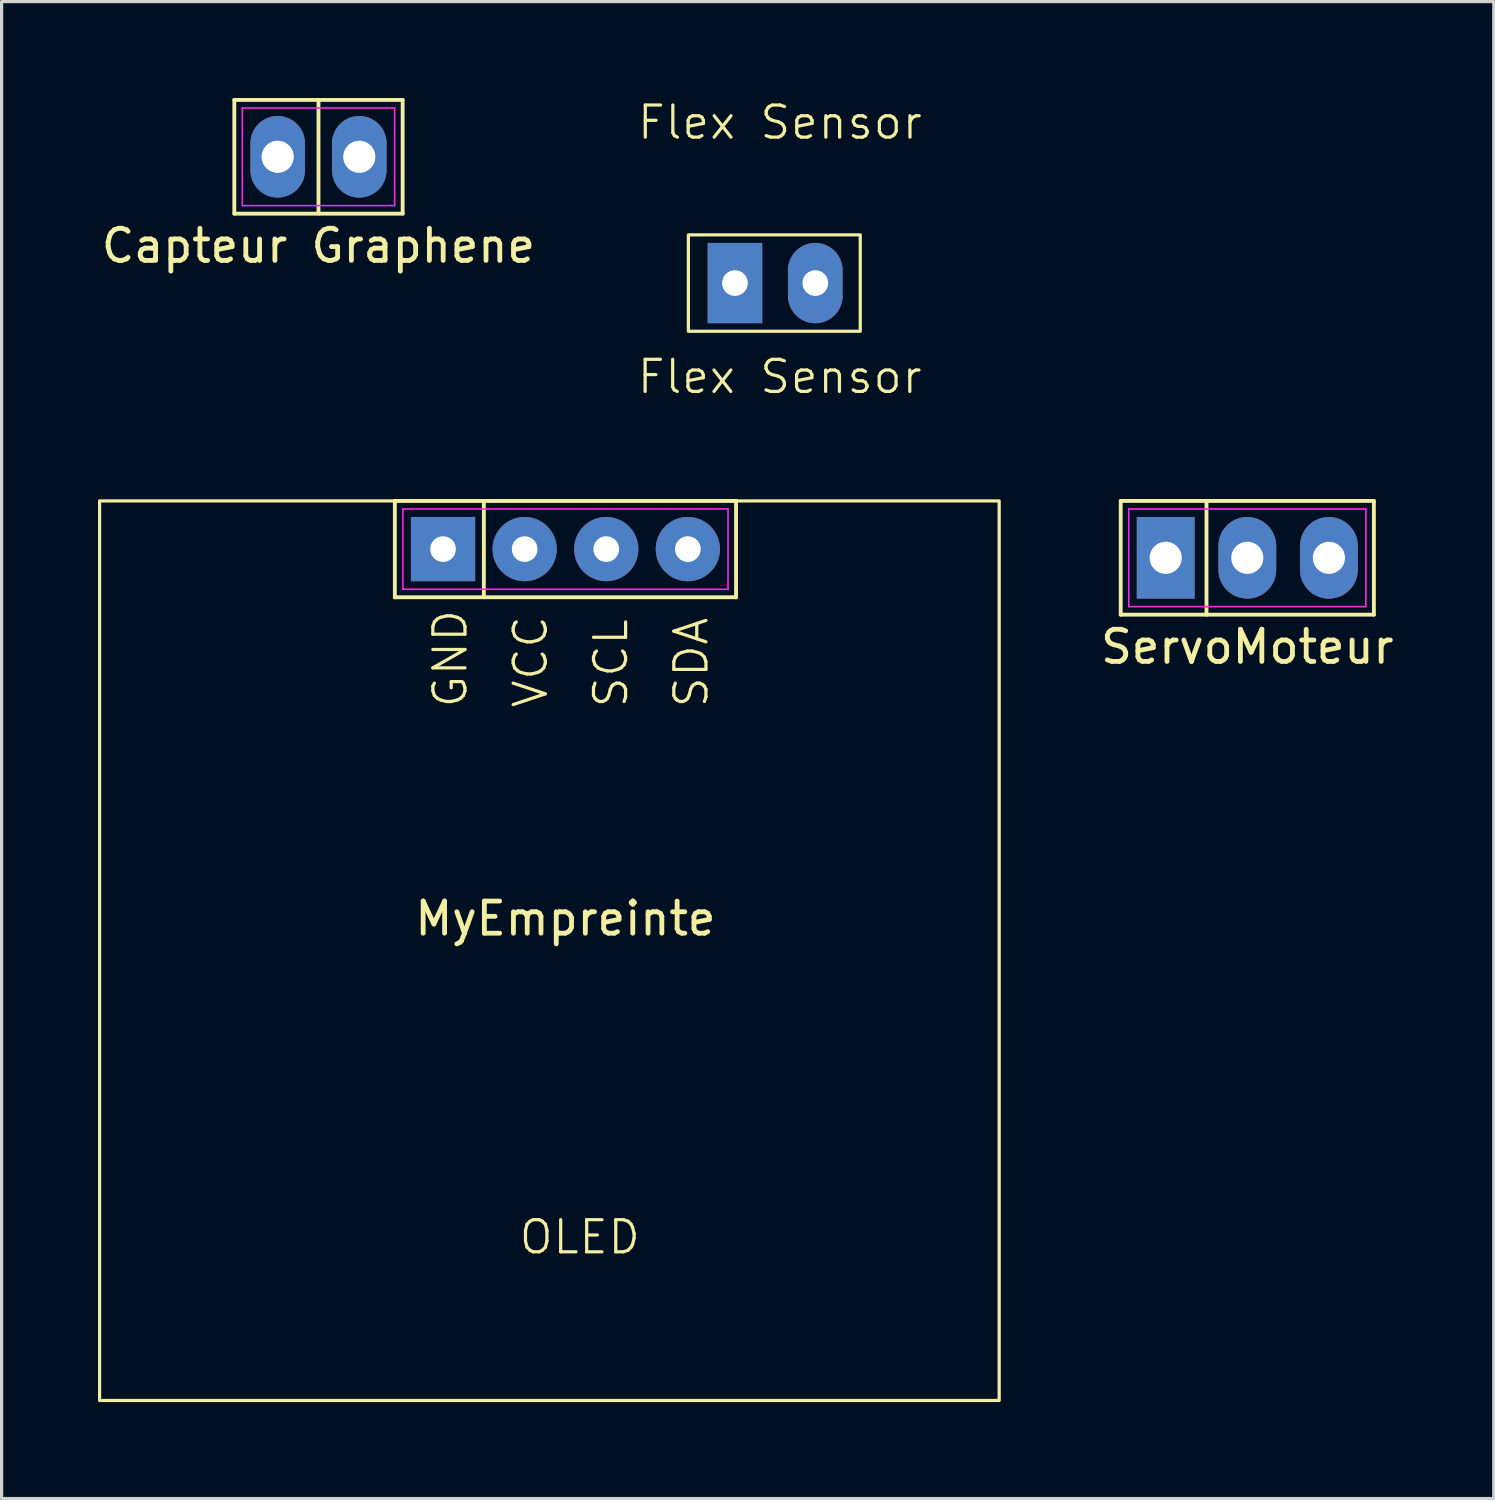
<source format=kicad_pcb>
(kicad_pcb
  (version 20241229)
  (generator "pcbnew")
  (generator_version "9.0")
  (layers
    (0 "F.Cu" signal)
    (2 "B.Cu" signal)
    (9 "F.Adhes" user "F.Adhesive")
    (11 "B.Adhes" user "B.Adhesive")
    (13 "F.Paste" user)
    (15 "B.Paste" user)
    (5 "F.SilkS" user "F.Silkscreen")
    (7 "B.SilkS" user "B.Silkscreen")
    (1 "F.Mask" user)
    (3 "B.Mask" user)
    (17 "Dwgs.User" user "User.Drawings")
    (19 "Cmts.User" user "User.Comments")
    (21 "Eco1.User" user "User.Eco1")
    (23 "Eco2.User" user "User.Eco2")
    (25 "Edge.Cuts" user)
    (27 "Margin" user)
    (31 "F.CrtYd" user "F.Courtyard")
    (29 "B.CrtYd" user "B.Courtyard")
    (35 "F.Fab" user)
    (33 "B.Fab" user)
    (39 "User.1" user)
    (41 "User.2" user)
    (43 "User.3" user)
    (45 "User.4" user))
  (footprint "ServoMoteur"
    (layer "F.Cu")
    (at 35.773 14.312)
    (property "Reference" "ServoMoteur" (at 0 2.77 0) (layer "F.SilkS") (effects (font (size 1 1) (thickness 0.15))))
    (attr through_hole)
    (fp_line (start -3.94 -1.77) (end 3.94 -1.77) (stroke (width 0.12) (type default)) (layer "F.SilkS"))
    (fp_line (start -3.94 1.77) (end -3.94 -1.77) (stroke (width 0.12) (type default)) (layer "F.SilkS"))
    (fp_line (start -1.27 -1.77) (end -1.27 1.77) (stroke (width 0.12) (type default)) (layer "F.SilkS"))
    (fp_line (start 3.94 -1.77) (end 3.94 1.77) (stroke (width 0.12) (type default)) (layer "F.SilkS"))
    (fp_line (start 3.94 1.77) (end -3.94 1.77) (stroke (width 0.12) (type default)) (layer "F.SilkS"))
    (fp_line (start -3.69 -1.52) (end 3.69 -1.52) (stroke (width 0.05) (type default)) (layer "F.CrtYd"))
    (fp_line (start -3.69 1.52) (end -3.69 -1.52) (stroke (width 0.05) (type default)) (layer "F.CrtYd"))
    (fp_line (start 3.69 -1.52) (end 3.69 1.52) (stroke (width 0.05) (type default)) (layer "F.CrtYd"))
    (fp_line (start 3.69 1.52) (end -3.69 1.52) (stroke (width 0.05) (type default)) (layer "F.CrtYd"))
    (pad "1" thru_hole rect (at -2.54 0) (size 1.8 2.54) (drill 1) (layers "*.Cu" "*.Mask"))
    (pad "2" thru_hole oval (at 0 0) (size 1.8 2.54) (drill 1) (layers "*.Cu" "*.Mask"))
    (pad "3" thru_hole oval (at 2.54 0) (size 1.8 2.54) (drill 1) (layers "*.Cu" "*.Mask")))
  (footprint "Capteur Graphene"
    (layer "F.Cu")
    (at 6.863 1.83)
    (property "Reference" "Capteur Graphene" (at 0 2.77 0) (layer "F.SilkS") (effects (font (size 1 1) (thickness 0.15))))
    (attr through_hole)
    (fp_line (start -2.62 -1.77) (end 2.62 -1.77) (stroke (width 0.12) (type default)) (layer "F.SilkS"))
    (fp_line (start -2.62 1.77) (end -2.62 -1.77) (stroke (width 0.12) (type default)) (layer "F.SilkS"))
    (fp_line (start 0 -1.77) (end 0 1.77) (stroke (width 0.12) (type default)) (layer "F.SilkS"))
    (fp_line (start 2.62 -1.77) (end 2.62 1.77) (stroke (width 0.12) (type default)) (layer "F.SilkS"))
    (fp_line (start 2.62 1.77) (end -2.62 1.77) (stroke (width 0.12) (type default)) (layer "F.SilkS"))
    (fp_line (start -2.37 -1.52) (end 2.37 -1.52) (stroke (width 0.05) (type default)) (layer "F.CrtYd"))
    (fp_line (start -2.37 1.52) (end -2.37 -1.52) (stroke (width 0.05) (type default)) (layer "F.CrtYd"))
    (fp_line (start 2.37 -1.52) (end 2.37 1.52) (stroke (width 0.05) (type default)) (layer "F.CrtYd"))
    (fp_line (start 2.37 1.52) (end -2.37 1.52) (stroke (width 0.05) (type default)) (layer "F.CrtYd"))
    (pad "1" thru_hole oval (at -1.27 0) (size 1.7 2.54) (drill 1) (layers "*.Cu" "*.Mask"))
    (pad "2" thru_hole oval (at 1.27 0) (size 1.7 2.54) (drill 1) (layers "*.Cu" "*.Mask")))
  (footprint "Flex Sensor"
    (layer "F.Cu")
    (at 21.226 5.761)
    (property "Reference" "Flex Sensor" (at 0 -5 0) (unlocked yes) (layer "F.SilkS") (effects (font (size 1 1) (thickness 0.1))))
    (attr smd)
    (fp_rect (start -2.85 -1.5) (end 2.5 1.5) (stroke (width 0.1) (type default)) (fill no) (layer "F.SilkS"))
    (fp_text user "Flex Sensor" (at -4.5 3.5 0) (unlocked yes) (layer "F.SilkS") (effects (font (size 1 1) (thickness 0.1)) (justify left bottom)))
    (pad "1" thru_hole rect (at -1.4 0) (size 1.7 2.5) (drill 0.8) (layers "*.Cu" "*.Mask"))
    (pad "2" thru_hole oval (at 1.1 0) (size 1.7 2.5) (drill 0.8) (layers "*.Cu" "*.Mask")))
  (footprint "MyEmpreinte"
    (layer "F.Cu")
    (at 14.55 14.041)
    (property "Reference" "MyEmpreinte" (at 0 11.5 0) (layer "F.SilkS") (effects (font (size 1 1) (thickness 0.15))))
    (attr through_hole)
    (fp_line (start -5.31 -1.5) (end 5.31 -1.5) (stroke (width 0.12) (type default)) (layer "F.SilkS"))
    (fp_line (start -5.31 1.5) (end -5.31 -1.5) (stroke (width 0.12) (type default)) (layer "F.SilkS"))
    (fp_line (start -2.54 -1.5) (end -2.54 1.5) (stroke (width 0.12) (type default)) (layer "F.SilkS"))
    (fp_line (start 5.31 -1.5) (end 5.31 1.5) (stroke (width 0.12) (type default)) (layer "F.SilkS"))
    (fp_line (start 5.31 1.5) (end -5.31 1.5) (stroke (width 0.12) (type default)) (layer "F.SilkS"))
    (fp_rect (start -14.5 -1.5) (end 13.5 26.5) (stroke (width 0.1) (type default)) (fill no) (layer "F.SilkS"))
    (fp_line (start -5.06 -1.25) (end 5.06 -1.25) (stroke (width 0.05) (type default)) (layer "F.CrtYd"))
    (fp_line (start -5.06 1.25) (end -5.06 -1.25) (stroke (width 0.05) (type default)) (layer "F.CrtYd"))
    (fp_line (start 5.06 -1.25) (end 5.06 1.25) (stroke (width 0.05) (type default)) (layer "F.CrtYd"))
    (fp_line (start 5.06 1.25) (end -5.06 1.25) (stroke (width 0.05) (type default)) (layer "F.CrtYd"))
    (fp_text user "SCL" (at 2 5 90) (unlocked yes) (layer "F.SilkS") (effects (font (size 1 1) (thickness 0.1)) (justify left bottom)))
    (fp_text user "VCC" (at -0.5 5 90) (unlocked yes) (layer "F.SilkS") (effects (font (size 1 1) (thickness 0.1)) (justify left bottom)))
    (fp_text user "GND" (at -3 5 90) (unlocked yes) (layer "F.SilkS") (effects (font (size 1 1) (thickness 0.1)) (justify left bottom)))
    (fp_text user "SDA" (at 4.5 5 90) (unlocked yes) (layer "F.SilkS") (effects (font (size 1 1) (thickness 0.1)) (justify left bottom)))
    (fp_text user "OLED" (at -1.5 22 0) (unlocked yes) (layer "F.SilkS") (effects (font (size 1 1) (thickness 0.1)) (justify left bottom)))
    (pad "1" thru_hole rect (at -3.81 0) (size 2 2) (drill 0.8) (layers "*.Cu" "*.Mask"))
    (pad "2" thru_hole circle (at -1.27 0) (size 2 2) (drill 0.8) (layers "*.Cu" "*.Mask"))
    (pad "3" thru_hole circle (at 1.27 0) (size 2 2) (drill 0.8) (layers "*.Cu" "*.Mask"))
    (pad "4" thru_hole circle (at 3.81 0) (size 2 2) (drill 0.8) (layers "*.Cu" "*.Mask")))
  (gr_rect
    (start -3 -3)
    (end 43.445 43.592)
    (stroke (width 0.1) (type default))
    (fill no)
    (layer "Edge.Cuts")))
</source>
